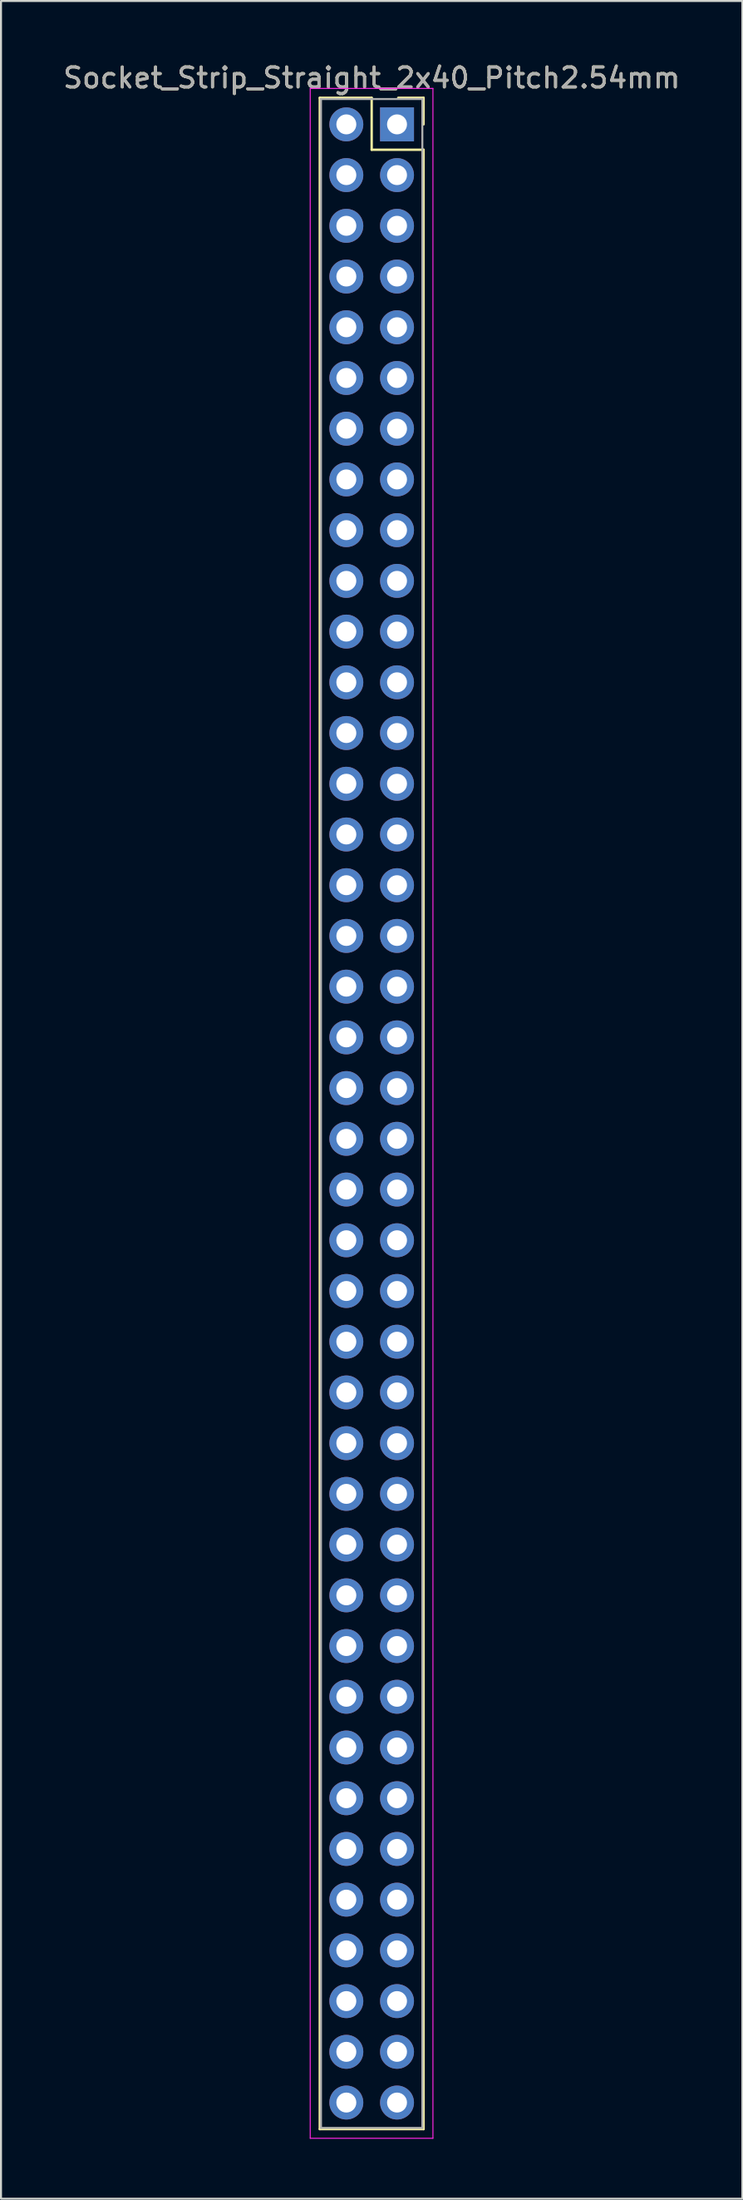
<source format=kicad_pcb>
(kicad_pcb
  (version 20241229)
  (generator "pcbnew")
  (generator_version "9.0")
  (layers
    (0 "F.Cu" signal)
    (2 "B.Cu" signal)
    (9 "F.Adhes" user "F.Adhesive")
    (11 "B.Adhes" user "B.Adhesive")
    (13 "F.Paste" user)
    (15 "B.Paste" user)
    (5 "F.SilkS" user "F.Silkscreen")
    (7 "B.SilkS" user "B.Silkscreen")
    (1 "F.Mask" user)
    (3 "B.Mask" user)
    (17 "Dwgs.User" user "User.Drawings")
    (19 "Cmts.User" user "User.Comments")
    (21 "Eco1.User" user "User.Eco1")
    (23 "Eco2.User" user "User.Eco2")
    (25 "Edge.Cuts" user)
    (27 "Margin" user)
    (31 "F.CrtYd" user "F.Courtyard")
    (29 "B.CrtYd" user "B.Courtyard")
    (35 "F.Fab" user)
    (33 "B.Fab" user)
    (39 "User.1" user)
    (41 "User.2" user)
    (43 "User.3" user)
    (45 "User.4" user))
  (footprint "Socket_Strip_Straight_2x40_Pitch2.54mm"
    (layer "F.Cu")
    (at 16.847 3.178)
    (property "Reference" "Socket_Strip_Straight_2x40_Pitch2.54mm" (at -1.27 -2.33 0) (layer "F.SilkS") (effects (font (size 1 1) (thickness 0.15))))
    (attr through_hole)
    (fp_line (start -3.87 -1.33) (end -1.27 -1.33) (stroke (width 0.12) (type solid)) (layer "F.SilkS"))
    (fp_line (start -3.87 100.39) (end -3.87 -1.33) (stroke (width 0.12) (type solid)) (layer "F.SilkS"))
    (fp_line (start -1.27 -1.33) (end -1.27 1.27) (stroke (width 0.12) (type solid)) (layer "F.SilkS"))
    (fp_line (start -1.27 1.27) (end 1.33 1.27) (stroke (width 0.12) (type solid)) (layer "F.SilkS"))
    (fp_line (start 1.33 -1.33) (end 0.06 -1.33) (stroke (width 0.12) (type solid)) (layer "F.SilkS"))
    (fp_line (start 1.33 0) (end 1.33 -1.33) (stroke (width 0.12) (type solid)) (layer "F.SilkS"))
    (fp_line (start 1.33 1.27) (end 1.33 100.39) (stroke (width 0.12) (type solid)) (layer "F.SilkS"))
    (fp_line (start 1.33 100.39) (end -3.87 100.39) (stroke (width 0.12) (type solid)) (layer "F.SilkS"))
    (fp_line (start -4.35 -1.8) (end -4.35 100.85) (stroke (width 0.05) (type solid)) (layer "F.CrtYd"))
    (fp_line (start -4.35 100.85) (end 1.8 100.85) (stroke (width 0.05) (type solid)) (layer "F.CrtYd"))
    (fp_line (start 1.8 -1.8) (end -4.35 -1.8) (stroke (width 0.05) (type solid)) (layer "F.CrtYd"))
    (fp_line (start 1.8 100.85) (end 1.8 -1.8) (stroke (width 0.05) (type solid)) (layer "F.CrtYd"))
    (fp_line (start -3.81 -1.27) (end -3.81 100.33) (stroke (width 0.1) (type solid)) (layer "F.Fab"))
    (fp_line (start -3.81 100.33) (end 1.27 100.33) (stroke (width 0.1) (type solid)) (layer "F.Fab"))
    (fp_line (start 1.27 -1.27) (end -3.81 -1.27) (stroke (width 0.1) (type solid)) (layer "F.Fab"))
    (fp_line (start 1.27 100.33) (end 1.27 -1.27) (stroke (width 0.1) (type solid)) (layer "F.Fab"))
    (fp_text user "${REFERENCE}" (at -1.27 -2.33 0) (layer "F.Fab") (effects (font (size 1 1) (thickness 0.15))))
    (pad "1" thru_hole rect (at 0 0) (size 1.7 1.7) (drill 1) (layers "*.Cu" "*.Mask"))
    (pad "2" thru_hole oval (at -2.54 0) (size 1.7 1.7) (drill 1) (layers "*.Cu" "*.Mask"))
    (pad "3" thru_hole oval (at 0 2.54) (size 1.7 1.7) (drill 1) (layers "*.Cu" "*.Mask"))
    (pad "4" thru_hole oval (at -2.54 2.54) (size 1.7 1.7) (drill 1) (layers "*.Cu" "*.Mask"))
    (pad "5" thru_hole oval (at 0 5.08) (size 1.7 1.7) (drill 1) (layers "*.Cu" "*.Mask"))
    (pad "6" thru_hole oval (at -2.54 5.08) (size 1.7 1.7) (drill 1) (layers "*.Cu" "*.Mask"))
    (pad "7" thru_hole oval (at 0 7.62) (size 1.7 1.7) (drill 1) (layers "*.Cu" "*.Mask"))
    (pad "8" thru_hole oval (at -2.54 7.62) (size 1.7 1.7) (drill 1) (layers "*.Cu" "*.Mask"))
    (pad "9" thru_hole oval (at 0 10.16) (size 1.7 1.7) (drill 1) (layers "*.Cu" "*.Mask"))
    (pad "10" thru_hole oval (at -2.54 10.16) (size 1.7 1.7) (drill 1) (layers "*.Cu" "*.Mask"))
    (pad "11" thru_hole oval (at 0 12.7) (size 1.7 1.7) (drill 1) (layers "*.Cu" "*.Mask"))
    (pad "12" thru_hole oval (at -2.54 12.7) (size 1.7 1.7) (drill 1) (layers "*.Cu" "*.Mask"))
    (pad "13" thru_hole oval (at 0 15.24) (size 1.7 1.7) (drill 1) (layers "*.Cu" "*.Mask"))
    (pad "14" thru_hole oval (at -2.54 15.24) (size 1.7 1.7) (drill 1) (layers "*.Cu" "*.Mask"))
    (pad "15" thru_hole oval (at 0 17.78) (size 1.7 1.7) (drill 1) (layers "*.Cu" "*.Mask"))
    (pad "16" thru_hole oval (at -2.54 17.78) (size 1.7 1.7) (drill 1) (layers "*.Cu" "*.Mask"))
    (pad "17" thru_hole oval (at 0 20.32) (size 1.7 1.7) (drill 1) (layers "*.Cu" "*.Mask"))
    (pad "18" thru_hole oval (at -2.54 20.32) (size 1.7 1.7) (drill 1) (layers "*.Cu" "*.Mask"))
    (pad "19" thru_hole oval (at 0 22.86) (size 1.7 1.7) (drill 1) (layers "*.Cu" "*.Mask"))
    (pad "20" thru_hole oval (at -2.54 22.86) (size 1.7 1.7) (drill 1) (layers "*.Cu" "*.Mask"))
    (pad "21" thru_hole oval (at 0 25.4) (size 1.7 1.7) (drill 1) (layers "*.Cu" "*.Mask"))
    (pad "22" thru_hole oval (at -2.54 25.4) (size 1.7 1.7) (drill 1) (layers "*.Cu" "*.Mask"))
    (pad "23" thru_hole oval (at 0 27.94) (size 1.7 1.7) (drill 1) (layers "*.Cu" "*.Mask"))
    (pad "24" thru_hole oval (at -2.54 27.94) (size 1.7 1.7) (drill 1) (layers "*.Cu" "*.Mask"))
    (pad "25" thru_hole oval (at 0 30.48) (size 1.7 1.7) (drill 1) (layers "*.Cu" "*.Mask"))
    (pad "26" thru_hole oval (at -2.54 30.48) (size 1.7 1.7) (drill 1) (layers "*.Cu" "*.Mask"))
    (pad "27" thru_hole oval (at 0 33.02) (size 1.7 1.7) (drill 1) (layers "*.Cu" "*.Mask"))
    (pad "28" thru_hole oval (at -2.54 33.02) (size 1.7 1.7) (drill 1) (layers "*.Cu" "*.Mask"))
    (pad "29" thru_hole oval (at 0 35.56) (size 1.7 1.7) (drill 1) (layers "*.Cu" "*.Mask"))
    (pad "30" thru_hole oval (at -2.54 35.56) (size 1.7 1.7) (drill 1) (layers "*.Cu" "*.Mask"))
    (pad "31" thru_hole oval (at 0 38.1) (size 1.7 1.7) (drill 1) (layers "*.Cu" "*.Mask"))
    (pad "32" thru_hole oval (at -2.54 38.1) (size 1.7 1.7) (drill 1) (layers "*.Cu" "*.Mask"))
    (pad "33" thru_hole oval (at 0 40.64) (size 1.7 1.7) (drill 1) (layers "*.Cu" "*.Mask"))
    (pad "34" thru_hole oval (at -2.54 40.64) (size 1.7 1.7) (drill 1) (layers "*.Cu" "*.Mask"))
    (pad "35" thru_hole oval (at 0 43.18) (size 1.7 1.7) (drill 1) (layers "*.Cu" "*.Mask"))
    (pad "36" thru_hole oval (at -2.54 43.18) (size 1.7 1.7) (drill 1) (layers "*.Cu" "*.Mask"))
    (pad "37" thru_hole oval (at 0 45.72) (size 1.7 1.7) (drill 1) (layers "*.Cu" "*.Mask"))
    (pad "38" thru_hole oval (at -2.54 45.72) (size 1.7 1.7) (drill 1) (layers "*.Cu" "*.Mask"))
    (pad "39" thru_hole oval (at 0 48.26) (size 1.7 1.7) (drill 1) (layers "*.Cu" "*.Mask"))
    (pad "40" thru_hole oval (at -2.54 48.26) (size 1.7 1.7) (drill 1) (layers "*.Cu" "*.Mask"))
    (pad "41" thru_hole oval (at 0 50.8) (size 1.7 1.7) (drill 1) (layers "*.Cu" "*.Mask"))
    (pad "42" thru_hole oval (at -2.54 50.8) (size 1.7 1.7) (drill 1) (layers "*.Cu" "*.Mask"))
    (pad "43" thru_hole oval (at 0 53.34) (size 1.7 1.7) (drill 1) (layers "*.Cu" "*.Mask"))
    (pad "44" thru_hole oval (at -2.54 53.34) (size 1.7 1.7) (drill 1) (layers "*.Cu" "*.Mask"))
    (pad "45" thru_hole oval (at 0 55.88) (size 1.7 1.7) (drill 1) (layers "*.Cu" "*.Mask"))
    (pad "46" thru_hole oval (at -2.54 55.88) (size 1.7 1.7) (drill 1) (layers "*.Cu" "*.Mask"))
    (pad "47" thru_hole oval (at 0 58.42) (size 1.7 1.7) (drill 1) (layers "*.Cu" "*.Mask"))
    (pad "48" thru_hole oval (at -2.54 58.42) (size 1.7 1.7) (drill 1) (layers "*.Cu" "*.Mask"))
    (pad "49" thru_hole oval (at 0 60.96) (size 1.7 1.7) (drill 1) (layers "*.Cu" "*.Mask"))
    (pad "50" thru_hole oval (at -2.54 60.96) (size 1.7 1.7) (drill 1) (layers "*.Cu" "*.Mask"))
    (pad "51" thru_hole oval (at 0 63.5) (size 1.7 1.7) (drill 1) (layers "*.Cu" "*.Mask"))
    (pad "52" thru_hole oval (at -2.54 63.5) (size 1.7 1.7) (drill 1) (layers "*.Cu" "*.Mask"))
    (pad "53" thru_hole oval (at 0 66.04) (size 1.7 1.7) (drill 1) (layers "*.Cu" "*.Mask"))
    (pad "54" thru_hole oval (at -2.54 66.04) (size 1.7 1.7) (drill 1) (layers "*.Cu" "*.Mask"))
    (pad "55" thru_hole oval (at 0 68.58) (size 1.7 1.7) (drill 1) (layers "*.Cu" "*.Mask"))
    (pad "56" thru_hole oval (at -2.54 68.58) (size 1.7 1.7) (drill 1) (layers "*.Cu" "*.Mask"))
    (pad "57" thru_hole oval (at 0 71.12) (size 1.7 1.7) (drill 1) (layers "*.Cu" "*.Mask"))
    (pad "58" thru_hole oval (at -2.54 71.12) (size 1.7 1.7) (drill 1) (layers "*.Cu" "*.Mask"))
    (pad "59" thru_hole oval (at 0 73.66) (size 1.7 1.7) (drill 1) (layers "*.Cu" "*.Mask"))
    (pad "60" thru_hole oval (at -2.54 73.66) (size 1.7 1.7) (drill 1) (layers "*.Cu" "*.Mask"))
    (pad "61" thru_hole oval (at 0 76.2) (size 1.7 1.7) (drill 1) (layers "*.Cu" "*.Mask"))
    (pad "62" thru_hole oval (at -2.54 76.2) (size 1.7 1.7) (drill 1) (layers "*.Cu" "*.Mask"))
    (pad "63" thru_hole oval (at 0 78.74) (size 1.7 1.7) (drill 1) (layers "*.Cu" "*.Mask"))
    (pad "64" thru_hole oval (at -2.54 78.74) (size 1.7 1.7) (drill 1) (layers "*.Cu" "*.Mask"))
    (pad "65" thru_hole oval (at 0 81.28) (size 1.7 1.7) (drill 1) (layers "*.Cu" "*.Mask"))
    (pad "66" thru_hole oval (at -2.54 81.28) (size 1.7 1.7) (drill 1) (layers "*.Cu" "*.Mask"))
    (pad "67" thru_hole oval (at 0 83.82) (size 1.7 1.7) (drill 1) (layers "*.Cu" "*.Mask"))
    (pad "68" thru_hole oval (at -2.54 83.82) (size 1.7 1.7) (drill 1) (layers "*.Cu" "*.Mask"))
    (pad "69" thru_hole oval (at 0 86.36) (size 1.7 1.7) (drill 1) (layers "*.Cu" "*.Mask"))
    (pad "70" thru_hole oval (at -2.54 86.36) (size 1.7 1.7) (drill 1) (layers "*.Cu" "*.Mask"))
    (pad "71" thru_hole oval (at 0 88.9) (size 1.7 1.7) (drill 1) (layers "*.Cu" "*.Mask"))
    (pad "72" thru_hole oval (at -2.54 88.9) (size 1.7 1.7) (drill 1) (layers "*.Cu" "*.Mask"))
    (pad "73" thru_hole oval (at 0 91.44) (size 1.7 1.7) (drill 1) (layers "*.Cu" "*.Mask"))
    (pad "74" thru_hole oval (at -2.54 91.44) (size 1.7 1.7) (drill 1) (layers "*.Cu" "*.Mask"))
    (pad "75" thru_hole oval (at 0 93.98) (size 1.7 1.7) (drill 1) (layers "*.Cu" "*.Mask"))
    (pad "76" thru_hole oval (at -2.54 93.98) (size 1.7 1.7) (drill 1) (layers "*.Cu" "*.Mask"))
    (pad "77" thru_hole oval (at 0 96.52) (size 1.7 1.7) (drill 1) (layers "*.Cu" "*.Mask"))
    (pad "78" thru_hole oval (at -2.54 96.52) (size 1.7 1.7) (drill 1) (layers "*.Cu" "*.Mask"))
    (pad "79" thru_hole oval (at 0 99.06) (size 1.7 1.7) (drill 1) (layers "*.Cu" "*.Mask"))
    (pad "80" thru_hole oval (at -2.54 99.06) (size 1.7 1.7) (drill 1) (layers "*.Cu" "*.Mask")))
  (gr_rect
    (start -3 -3)
    (end 34.155 107.053)
    (stroke (width 0.1) (type default))
    (fill no)
    (layer "Edge.Cuts")))
</source>
